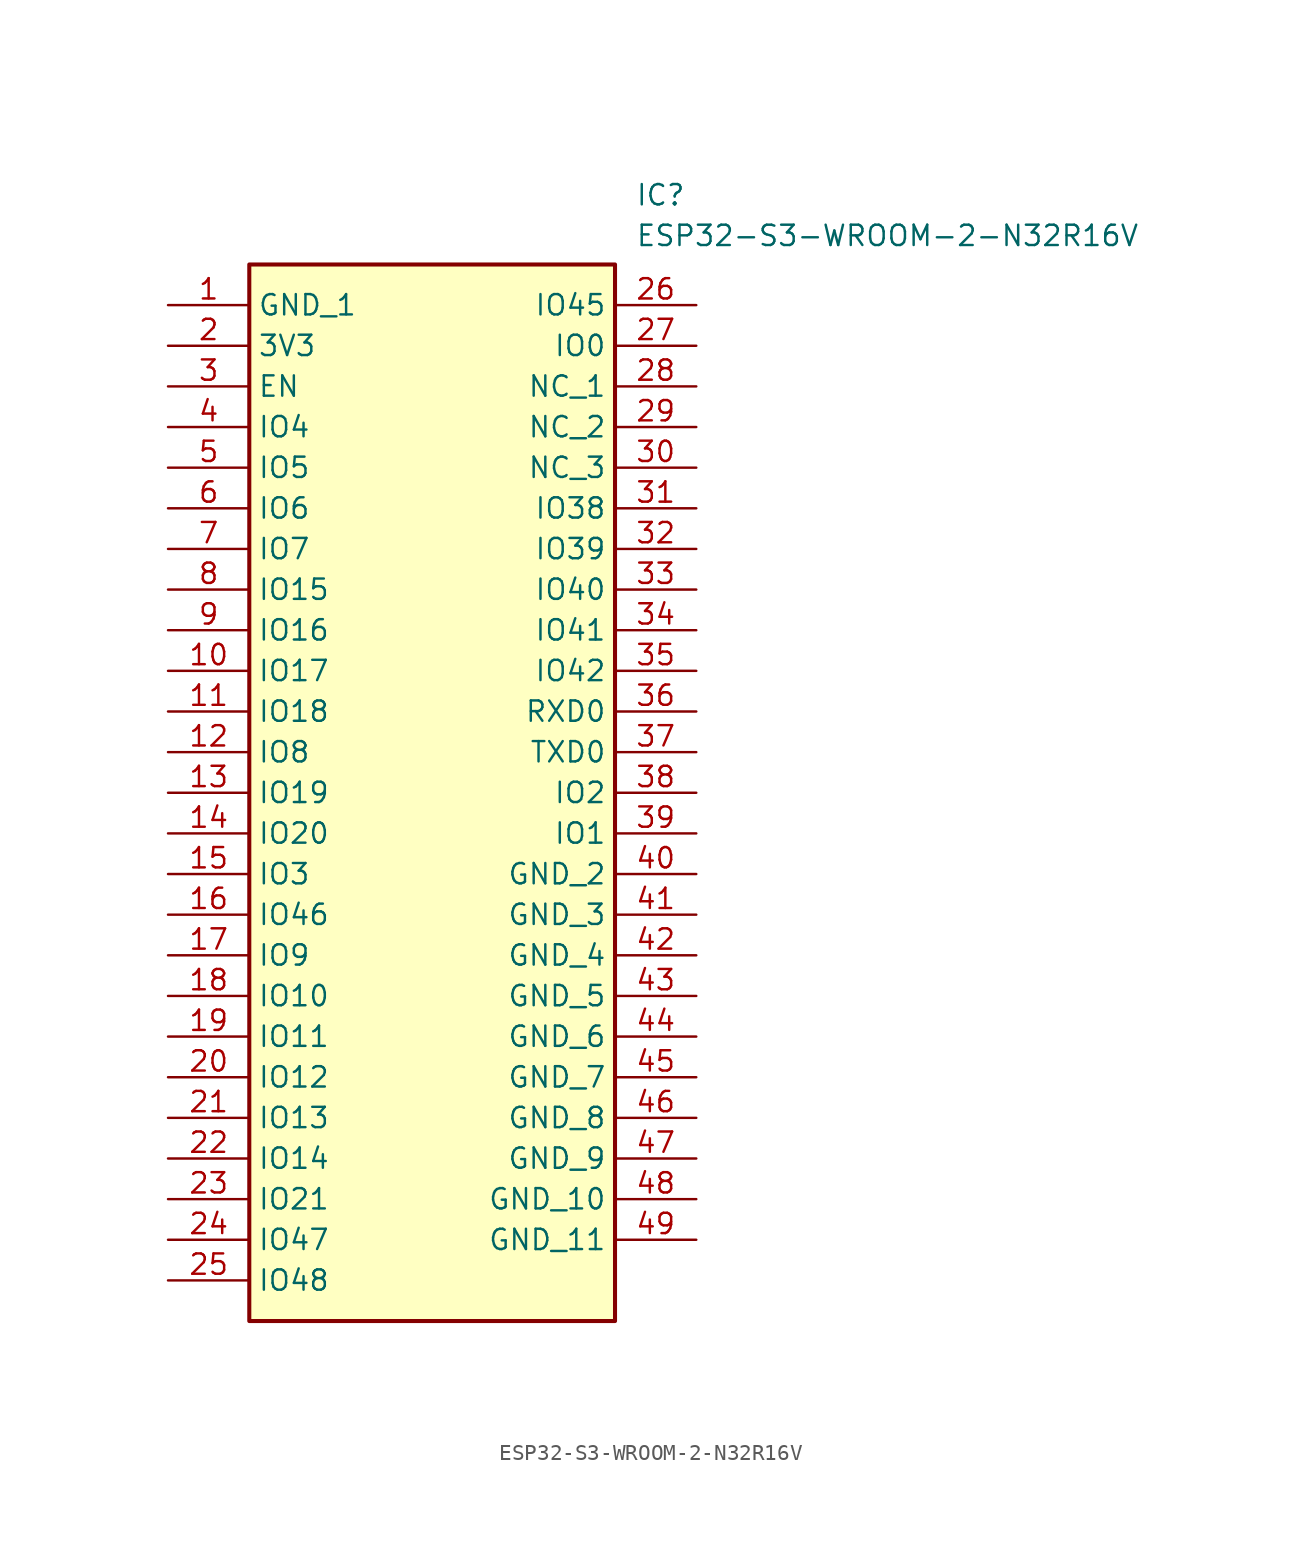
<source format=kicad_sym>
(kicad_symbol_lib
  (version 20211014)
  (generator SamacSys_ECAD_Model)
  (symbol "ESP32-S3-WROOM-2-N32R16V"
    (property "Reference" "IC"
      (at 29.21 7.62 0)
      (effects (font (size 1.27 1.27)) (justify left top)))
    (property "Value" "ESP32-S3-WROOM-2-N32R16V"
      (at 29.21 5.08 0)
      (effects (font (size 1.27 1.27)) (justify left top)))
    (rectangle
      (start 5.08 2.54)
      (end 27.94 -63.5)
      (stroke (width 0.254) (type default))
      (fill (type background)))
    (pin passive line
      (at 0 0 0)
      (length 5.08)
      (name "GND_1" (effects (font (size 1.27 1.27))))
      (number "1" (effects (font (size 1.27 1.27)))))
    (pin passive line
      (at 0 -2.54 0)
      (length 5.08)
      (name "3V3" (effects (font (size 1.27 1.27))))
      (number "2" (effects (font (size 1.27 1.27)))))
    (pin passive line
      (at 0 -5.08 0)
      (length 5.08)
      (name "EN" (effects (font (size 1.27 1.27))))
      (number "3" (effects (font (size 1.27 1.27)))))
    (pin passive line
      (at 0 -7.62 0)
      (length 5.08)
      (name "IO4" (effects (font (size 1.27 1.27))))
      (number "4" (effects (font (size 1.27 1.27)))))
    (pin passive line
      (at 0 -10.16 0)
      (length 5.08)
      (name "IO5" (effects (font (size 1.27 1.27))))
      (number "5" (effects (font (size 1.27 1.27)))))
    (pin passive line
      (at 0 -12.7 0)
      (length 5.08)
      (name "IO6" (effects (font (size 1.27 1.27))))
      (number "6" (effects (font (size 1.27 1.27)))))
    (pin passive line
      (at 0 -15.24 0)
      (length 5.08)
      (name "IO7" (effects (font (size 1.27 1.27))))
      (number "7" (effects (font (size 1.27 1.27)))))
    (pin passive line
      (at 0 -17.78 0)
      (length 5.08)
      (name "IO15" (effects (font (size 1.27 1.27))))
      (number "8" (effects (font (size 1.27 1.27)))))
    (pin passive line
      (at 0 -20.32 0)
      (length 5.08)
      (name "IO16" (effects (font (size 1.27 1.27))))
      (number "9" (effects (font (size 1.27 1.27)))))
    (pin passive line
      (at 0 -22.86 0)
      (length 5.08)
      (name "IO17" (effects (font (size 1.27 1.27))))
      (number "10" (effects (font (size 1.27 1.27)))))
    (pin passive line
      (at 0 -25.4 0)
      (length 5.08)
      (name "IO18" (effects (font (size 1.27 1.27))))
      (number "11" (effects (font (size 1.27 1.27)))))
    (pin passive line
      (at 0 -27.94 0)
      (length 5.08)
      (name "IO8" (effects (font (size 1.27 1.27))))
      (number "12" (effects (font (size 1.27 1.27)))))
    (pin passive line
      (at 0 -30.48 0)
      (length 5.08)
      (name "IO19" (effects (font (size 1.27 1.27))))
      (number "13" (effects (font (size 1.27 1.27)))))
    (pin passive line
      (at 0 -33.02 0)
      (length 5.08)
      (name "IO20" (effects (font (size 1.27 1.27))))
      (number "14" (effects (font (size 1.27 1.27)))))
    (pin passive line
      (at 0 -35.56 0)
      (length 5.08)
      (name "IO3" (effects (font (size 1.27 1.27))))
      (number "15" (effects (font (size 1.27 1.27)))))
    (pin passive line
      (at 0 -38.1 0)
      (length 5.08)
      (name "IO46" (effects (font (size 1.27 1.27))))
      (number "16" (effects (font (size 1.27 1.27)))))
    (pin passive line
      (at 0 -40.64 0)
      (length 5.08)
      (name "IO9" (effects (font (size 1.27 1.27))))
      (number "17" (effects (font (size 1.27 1.27)))))
    (pin passive line
      (at 0 -43.18 0)
      (length 5.08)
      (name "IO10" (effects (font (size 1.27 1.27))))
      (number "18" (effects (font (size 1.27 1.27)))))
    (pin passive line
      (at 0 -45.72 0)
      (length 5.08)
      (name "IO11" (effects (font (size 1.27 1.27))))
      (number "19" (effects (font (size 1.27 1.27)))))
    (pin passive line
      (at 0 -48.26 0)
      (length 5.08)
      (name "IO12" (effects (font (size 1.27 1.27))))
      (number "20" (effects (font (size 1.27 1.27)))))
    (pin passive line
      (at 0 -50.8 0)
      (length 5.08)
      (name "IO13" (effects (font (size 1.27 1.27))))
      (number "21" (effects (font (size 1.27 1.27)))))
    (pin passive line
      (at 0 -53.34 0)
      (length 5.08)
      (name "IO14" (effects (font (size 1.27 1.27))))
      (number "22" (effects (font (size 1.27 1.27)))))
    (pin passive line
      (at 0 -55.88 0)
      (length 5.08)
      (name "IO21" (effects (font (size 1.27 1.27))))
      (number "23" (effects (font (size 1.27 1.27)))))
    (pin passive line
      (at 0 -58.42 0)
      (length 5.08)
      (name "IO47" (effects (font (size 1.27 1.27))))
      (number "24" (effects (font (size 1.27 1.27)))))
    (pin passive line
      (at 0 -60.96 0)
      (length 5.08)
      (name "IO48" (effects (font (size 1.27 1.27))))
      (number "25" (effects (font (size 1.27 1.27)))))
    (pin passive line
      (at 33.02 0 180)
      (length 5.08)
      (name "IO45" (effects (font (size 1.27 1.27))))
      (number "26" (effects (font (size 1.27 1.27)))))
    (pin passive line
      (at 33.02 -2.54 180)
      (length 5.08)
      (name "IO0" (effects (font (size 1.27 1.27))))
      (number "27" (effects (font (size 1.27 1.27)))))
    (pin passive line
      (at 33.02 -5.08 180)
      (length 5.08)
      (name "NC_1" (effects (font (size 1.27 1.27))))
      (number "28" (effects (font (size 1.27 1.27)))))
    (pin passive line
      (at 33.02 -7.62 180)
      (length 5.08)
      (name "NC_2" (effects (font (size 1.27 1.27))))
      (number "29" (effects (font (size 1.27 1.27)))))
    (pin passive line
      (at 33.02 -10.16 180)
      (length 5.08)
      (name "NC_3" (effects (font (size 1.27 1.27))))
      (number "30" (effects (font (size 1.27 1.27)))))
    (pin passive line
      (at 33.02 -12.7 180)
      (length 5.08)
      (name "IO38" (effects (font (size 1.27 1.27))))
      (number "31" (effects (font (size 1.27 1.27)))))
    (pin passive line
      (at 33.02 -15.24 180)
      (length 5.08)
      (name "IO39" (effects (font (size 1.27 1.27))))
      (number "32" (effects (font (size 1.27 1.27)))))
    (pin passive line
      (at 33.02 -17.78 180)
      (length 5.08)
      (name "IO40" (effects (font (size 1.27 1.27))))
      (number "33" (effects (font (size 1.27 1.27)))))
    (pin passive line
      (at 33.02 -20.32 180)
      (length 5.08)
      (name "IO41" (effects (font (size 1.27 1.27))))
      (number "34" (effects (font (size 1.27 1.27)))))
    (pin passive line
      (at 33.02 -22.86 180)
      (length 5.08)
      (name "IO42" (effects (font (size 1.27 1.27))))
      (number "35" (effects (font (size 1.27 1.27)))))
    (pin passive line
      (at 33.02 -25.4 180)
      (length 5.08)
      (name "RXD0" (effects (font (size 1.27 1.27))))
      (number "36" (effects (font (size 1.27 1.27)))))
    (pin passive line
      (at 33.02 -27.94 180)
      (length 5.08)
      (name "TXD0" (effects (font (size 1.27 1.27))))
      (number "37" (effects (font (size 1.27 1.27)))))
    (pin passive line
      (at 33.02 -30.48 180)
      (length 5.08)
      (name "IO2" (effects (font (size 1.27 1.27))))
      (number "38" (effects (font (size 1.27 1.27)))))
    (pin passive line
      (at 33.02 -33.02 180)
      (length 5.08)
      (name "IO1" (effects (font (size 1.27 1.27))))
      (number "39" (effects (font (size 1.27 1.27)))))
    (pin passive line
      (at 33.02 -35.56 180)
      (length 5.08)
      (name "GND_2" (effects (font (size 1.27 1.27))))
      (number "40" (effects (font (size 1.27 1.27)))))
    (pin passive line
      (at 33.02 -38.1 180)
      (length 5.08)
      (name "GND_3" (effects (font (size 1.27 1.27))))
      (number "41" (effects (font (size 1.27 1.27)))))
    (pin passive line
      (at 33.02 -40.64 180)
      (length 5.08)
      (name "GND_4" (effects (font (size 1.27 1.27))))
      (number "42" (effects (font (size 1.27 1.27)))))
    (pin passive line
      (at 33.02 -43.18 180)
      (length 5.08)
      (name "GND_5" (effects (font (size 1.27 1.27))))
      (number "43" (effects (font (size 1.27 1.27)))))
    (pin passive line
      (at 33.02 -45.72 180)
      (length 5.08)
      (name "GND_6" (effects (font (size 1.27 1.27))))
      (number "44" (effects (font (size 1.27 1.27)))))
    (pin passive line
      (at 33.02 -48.26 180)
      (length 5.08)
      (name "GND_7" (effects (font (size 1.27 1.27))))
      (number "45" (effects (font (size 1.27 1.27)))))
    (pin passive line
      (at 33.02 -50.8 180)
      (length 5.08)
      (name "GND_8" (effects (font (size 1.27 1.27))))
      (number "46" (effects (font (size 1.27 1.27)))))
    (pin passive line
      (at 33.02 -53.34 180)
      (length 5.08)
      (name "GND_9" (effects (font (size 1.27 1.27))))
      (number "47" (effects (font (size 1.27 1.27)))))
    (pin passive line
      (at 33.02 -55.88 180)
      (length 5.08)
      (name "GND_10" (effects (font (size 1.27 1.27))))
      (number "48" (effects (font (size 1.27 1.27)))))
    (pin passive line
      (at 33.02 -58.42 180)
      (length 5.08)
      (name "GND_11" (effects (font (size 1.27 1.27))))
      (number "49" (effects (font (size 1.27 1.27)))))))
</source>
